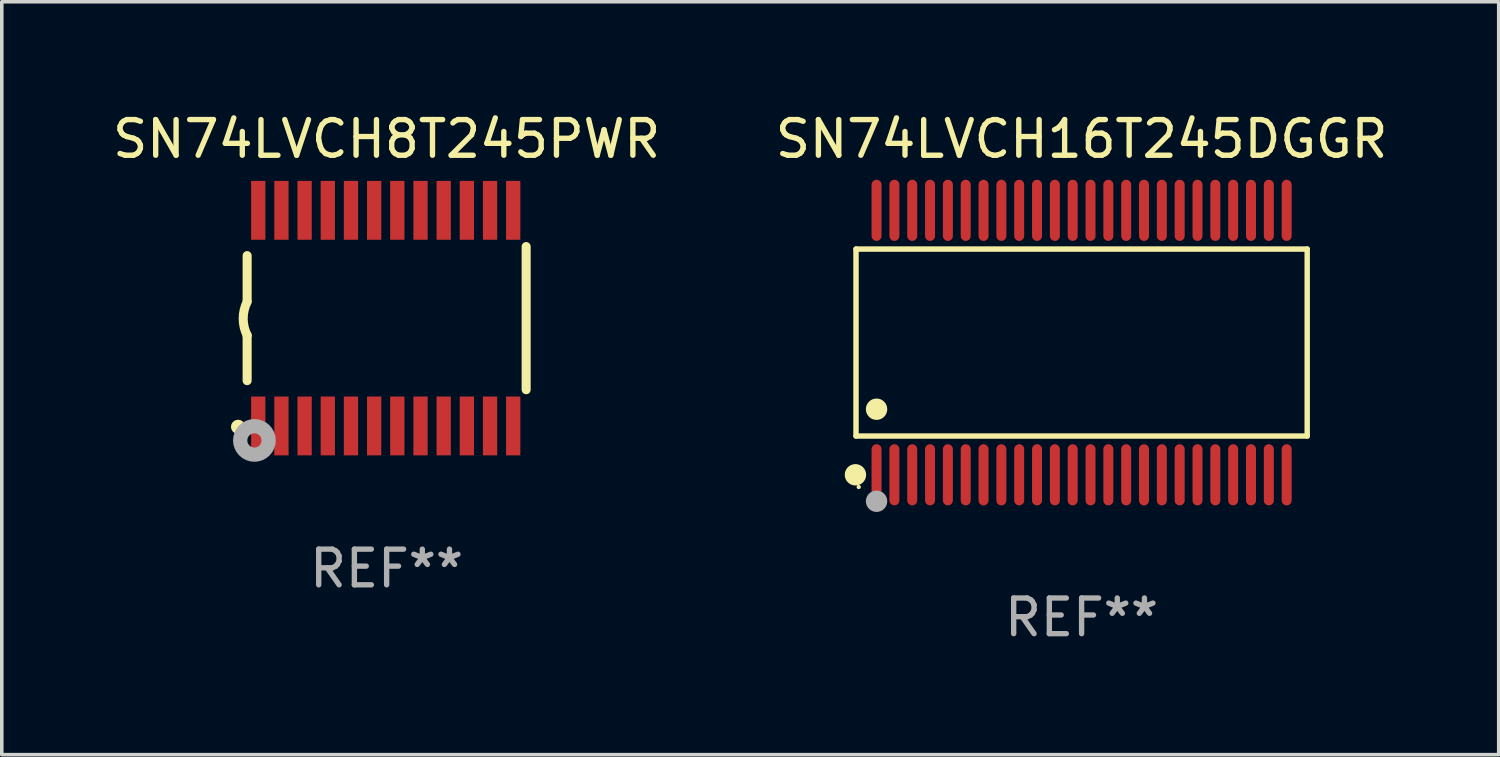
<source format=kicad_pcb>
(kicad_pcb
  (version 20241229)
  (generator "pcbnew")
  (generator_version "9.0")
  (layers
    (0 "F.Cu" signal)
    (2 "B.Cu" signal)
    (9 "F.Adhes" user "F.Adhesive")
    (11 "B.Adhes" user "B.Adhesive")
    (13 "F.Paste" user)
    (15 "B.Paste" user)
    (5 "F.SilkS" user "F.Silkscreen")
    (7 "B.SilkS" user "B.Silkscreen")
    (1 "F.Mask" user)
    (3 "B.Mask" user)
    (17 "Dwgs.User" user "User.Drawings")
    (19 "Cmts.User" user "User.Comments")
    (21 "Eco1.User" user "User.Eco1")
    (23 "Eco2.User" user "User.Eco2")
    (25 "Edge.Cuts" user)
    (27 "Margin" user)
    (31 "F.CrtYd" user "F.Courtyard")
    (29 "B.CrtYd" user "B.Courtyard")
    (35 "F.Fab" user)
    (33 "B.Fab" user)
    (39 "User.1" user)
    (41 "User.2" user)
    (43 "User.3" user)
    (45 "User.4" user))
  (footprint "SN74LVCH16T245DGGR"
    (layer "F.Cu")
    (at 27.28 6.556)
    (property "Reference" "SN74LVCH16T245DGGR" (at 0 -5.708 0) (layer "F.SilkS") (effects (font (size 1 1) (thickness 0.15))))
    (attr through_hole)
    (fp_line (start -6.326 -2.622) (end 6.326 -2.622) (stroke (width 0.152) (type solid)) (layer "F.SilkS"))
    (fp_line (start -6.326 2.621) (end -6.326 -2.622) (stroke (width 0.152) (type solid)) (layer "F.SilkS"))
    (fp_line (start 6.326 -2.622) (end 6.326 2.621) (stroke (width 0.152) (type solid)) (layer "F.SilkS"))
    (fp_line (start 6.326 2.621) (end -6.326 2.621) (stroke (width 0.152) (type solid)) (layer "F.SilkS"))
    (fp_circle (center -6.342 3.708) (end -6.192 3.708) (stroke (width 0.3) (type solid)) (fill no) (layer "F.SilkS"))
    (fp_circle (center -6.25 4.05) (end -6.22 4.05) (stroke (width 0.06) (type solid)) (fill no) (layer "F.SilkS"))
    (fp_circle (center -5.75 1.869) (end -5.6 1.869) (stroke (width 0.3) (type solid)) (fill no) (layer "F.SilkS"))
    (fp_circle (center -5.75 4.45) (end -5.6 4.45) (stroke (width 0.3) (type solid)) (fill no) (layer "F.Fab"))
    (fp_text user "REF**" (at 0 7.708 0) (layer "F.Fab") (effects (font (size 1 1) (thickness 0.15))))
    (pad "1" smd oval (at -5.75 3.708) (size 0.28 1.715) (layers "F.Cu" "F.Mask" "F.Paste"))
    (pad "2" smd oval (at -5.25 3.708) (size 0.28 1.715) (layers "F.Cu" "F.Mask" "F.Paste"))
    (pad "3" smd oval (at -4.75 3.708) (size 0.28 1.715) (layers "F.Cu" "F.Mask" "F.Paste"))
    (pad "4" smd oval (at -4.25 3.708) (size 0.28 1.715) (layers "F.Cu" "F.Mask" "F.Paste"))
    (pad "5" smd oval (at -3.75 3.708) (size 0.28 1.715) (layers "F.Cu" "F.Mask" "F.Paste"))
    (pad "6" smd oval (at -3.25 3.708) (size 0.28 1.715) (layers "F.Cu" "F.Mask" "F.Paste"))
    (pad "7" smd oval (at -2.75 3.708) (size 0.28 1.715) (layers "F.Cu" "F.Mask" "F.Paste"))
    (pad "8" smd oval (at -2.25 3.708) (size 0.28 1.715) (layers "F.Cu" "F.Mask" "F.Paste"))
    (pad "9" smd oval (at -1.75 3.708) (size 0.28 1.715) (layers "F.Cu" "F.Mask" "F.Paste"))
    (pad "10" smd oval (at -1.25 3.708) (size 0.28 1.715) (layers "F.Cu" "F.Mask" "F.Paste"))
    (pad "11" smd oval (at -0.75 3.708) (size 0.28 1.715) (layers "F.Cu" "F.Mask" "F.Paste"))
    (pad "12" smd oval (at -0.25 3.708) (size 0.28 1.715) (layers "F.Cu" "F.Mask" "F.Paste"))
    (pad "13" smd oval (at 0.25 3.708) (size 0.28 1.715) (layers "F.Cu" "F.Mask" "F.Paste"))
    (pad "14" smd oval (at 0.75 3.708) (size 0.28 1.715) (layers "F.Cu" "F.Mask" "F.Paste"))
    (pad "15" smd oval (at 1.25 3.708) (size 0.28 1.715) (layers "F.Cu" "F.Mask" "F.Paste"))
    (pad "16" smd oval (at 1.75 3.708) (size 0.28 1.715) (layers "F.Cu" "F.Mask" "F.Paste"))
    (pad "17" smd oval (at 2.25 3.708) (size 0.28 1.715) (layers "F.Cu" "F.Mask" "F.Paste"))
    (pad "18" smd oval (at 2.75 3.708) (size 0.28 1.715) (layers "F.Cu" "F.Mask" "F.Paste"))
    (pad "19" smd oval (at 3.25 3.708) (size 0.28 1.715) (layers "F.Cu" "F.Mask" "F.Paste"))
    (pad "20" smd oval (at 3.75 3.708) (size 0.28 1.715) (layers "F.Cu" "F.Mask" "F.Paste"))
    (pad "21" smd oval (at 4.25 3.708) (size 0.28 1.715) (layers "F.Cu" "F.Mask" "F.Paste"))
    (pad "22" smd oval (at 4.75 3.708) (size 0.28 1.715) (layers "F.Cu" "F.Mask" "F.Paste"))
    (pad "23" smd oval (at 5.25 3.708) (size 0.28 1.715) (layers "F.Cu" "F.Mask" "F.Paste"))
    (pad "24" smd oval (at 5.75 3.708) (size 0.28 1.715) (layers "F.Cu" "F.Mask" "F.Paste"))
    (pad "25" smd oval (at 5.75 -3.708) (size 0.28 1.715) (layers "F.Cu" "F.Mask" "F.Paste"))
    (pad "26" smd oval (at 5.25 -3.708) (size 0.28 1.715) (layers "F.Cu" "F.Mask" "F.Paste"))
    (pad "27" smd oval (at 4.75 -3.708) (size 0.28 1.715) (layers "F.Cu" "F.Mask" "F.Paste"))
    (pad "28" smd oval (at 4.25 -3.708) (size 0.28 1.715) (layers "F.Cu" "F.Mask" "F.Paste"))
    (pad "29" smd oval (at 3.75 -3.708) (size 0.28 1.715) (layers "F.Cu" "F.Mask" "F.Paste"))
    (pad "30" smd oval (at 3.25 -3.708) (size 0.28 1.715) (layers "F.Cu" "F.Mask" "F.Paste"))
    (pad "31" smd oval (at 2.75 -3.708) (size 0.28 1.715) (layers "F.Cu" "F.Mask" "F.Paste"))
    (pad "32" smd oval (at 2.25 -3.708) (size 0.28 1.715) (layers "F.Cu" "F.Mask" "F.Paste"))
    (pad "33" smd oval (at 1.75 -3.708) (size 0.28 1.715) (layers "F.Cu" "F.Mask" "F.Paste"))
    (pad "34" smd oval (at 1.25 -3.708) (size 0.28 1.715) (layers "F.Cu" "F.Mask" "F.Paste"))
    (pad "35" smd oval (at 0.75 -3.708) (size 0.28 1.715) (layers "F.Cu" "F.Mask" "F.Paste"))
    (pad "36" smd oval (at 0.25 -3.708) (size 0.28 1.715) (layers "F.Cu" "F.Mask" "F.Paste"))
    (pad "37" smd oval (at -0.25 -3.708) (size 0.28 1.715) (layers "F.Cu" "F.Mask" "F.Paste"))
    (pad "38" smd oval (at -0.75 -3.708) (size 0.28 1.715) (layers "F.Cu" "F.Mask" "F.Paste"))
    (pad "39" smd oval (at -1.25 -3.708) (size 0.28 1.715) (layers "F.Cu" "F.Mask" "F.Paste"))
    (pad "40" smd oval (at -1.75 -3.708) (size 0.28 1.715) (layers "F.Cu" "F.Mask" "F.Paste"))
    (pad "41" smd oval (at -2.25 -3.708) (size 0.28 1.715) (layers "F.Cu" "F.Mask" "F.Paste"))
    (pad "42" smd oval (at -2.75 -3.708) (size 0.28 1.715) (layers "F.Cu" "F.Mask" "F.Paste"))
    (pad "43" smd oval (at -3.25 -3.708) (size 0.28 1.715) (layers "F.Cu" "F.Mask" "F.Paste"))
    (pad "44" smd oval (at -3.75 -3.708) (size 0.28 1.715) (layers "F.Cu" "F.Mask" "F.Paste"))
    (pad "45" smd oval (at -4.25 -3.708) (size 0.28 1.715) (layers "F.Cu" "F.Mask" "F.Paste"))
    (pad "46" smd oval (at -4.75 -3.708) (size 0.28 1.715) (layers "F.Cu" "F.Mask" "F.Paste"))
    (pad "47" smd oval (at -5.25 -3.708) (size 0.28 1.715) (layers "F.Cu" "F.Mask" "F.Paste"))
    (pad "48" smd oval (at -5.75 -3.708) (size 0.28 1.715) (layers "F.Cu" "F.Mask" "F.Paste")))
  (footprint "SN74LVCH8T245PWR"
    (layer "F.Cu")
    (at 7.792 5.871)
    (property "Reference" "SN74LVCH8T245PWR" (at 0 -5.023 0) (layer "F.SilkS") (effects (font (size 1 1) (thickness 0.15))))
    (attr through_hole)
    (fp_line (start -3.912 -0.483) (end -3.912 -1.753) (stroke (width 0.254) (type solid)) (layer "F.SilkS"))
    (fp_line (start -3.912 1.753) (end -3.912 0.483) (stroke (width 0.254) (type solid)) (layer "F.SilkS"))
    (fp_line (start 3.912 -2.007) (end 3.912 2.007) (stroke (width 0.254) (type solid)) (layer "F.SilkS"))
    (fp_arc (start -3.911608 0.482601) (mid -4.022537 0.0127) (end -3.911608 -0.457201) (stroke (width 0.254001) (type solid)) (layer "F.SilkS"))
    (fp_circle (center -4.166 3.048) (end -4.066 3.048) (stroke (width 0.2) (type solid)) (fill no) (layer "F.SilkS"))
    (fp_circle (center -3.925 3.186) (end -3.895 3.186) (stroke (width 0.06) (type solid)) (fill no) (layer "F.SilkS"))
    (fp_circle (center -3.708 3.429) (end -3.509 3.429) (stroke (width 0.4) (type solid)) (fill no) (layer "F.Fab"))
    (fp_text user "REF**" (at 0 7.023 0) (layer "F.Fab") (effects (font (size 1 1) (thickness 0.15))))
    (pad "1" smd rect (at -3.6 3.023) (size 0.4 1.65) (layers "F.Cu" "F.Mask" "F.Paste"))
    (pad "2" smd rect (at -2.95 3.023) (size 0.4 1.65) (layers "F.Cu" "F.Mask" "F.Paste"))
    (pad "3" smd rect (at -2.3 3.023) (size 0.4 1.65) (layers "F.Cu" "F.Mask" "F.Paste"))
    (pad "4" smd rect (at -1.65 3.023) (size 0.4 1.65) (layers "F.Cu" "F.Mask" "F.Paste"))
    (pad "5" smd rect (at -1 3.023) (size 0.4 1.65) (layers "F.Cu" "F.Mask" "F.Paste"))
    (pad "6" smd rect (at -0.35 3.023) (size 0.4 1.65) (layers "F.Cu" "F.Mask" "F.Paste"))
    (pad "7" smd rect (at 0.299 3.023) (size 0.4 1.65) (layers "F.Cu" "F.Mask" "F.Paste"))
    (pad "8" smd rect (at 0.95 3.023) (size 0.4 1.65) (layers "F.Cu" "F.Mask" "F.Paste"))
    (pad "9" smd rect (at 1.6 3.023) (size 0.4 1.65) (layers "F.Cu" "F.Mask" "F.Paste"))
    (pad "10" smd rect (at 2.25 3.023) (size 0.4 1.65) (layers "F.Cu" "F.Mask" "F.Paste"))
    (pad "11" smd rect (at 2.9 3.023) (size 0.4 1.65) (layers "F.Cu" "F.Mask" "F.Paste"))
    (pad "12" smd rect (at 3.549 3.023) (size 0.4 1.65) (layers "F.Cu" "F.Mask" "F.Paste"))
    (pad "13" smd rect (at 3.549 -3.023) (size 0.4 1.65) (layers "F.Cu" "F.Mask" "F.Paste"))
    (pad "14" smd rect (at 2.9 -3.023) (size 0.4 1.65) (layers "F.Cu" "F.Mask" "F.Paste"))
    (pad "15" smd rect (at 2.25 -3.023) (size 0.4 1.65) (layers "F.Cu" "F.Mask" "F.Paste"))
    (pad "16" smd rect (at 1.6 -3.023) (size 0.4 1.65) (layers "F.Cu" "F.Mask" "F.Paste"))
    (pad "17" smd rect (at 0.95 -3.023) (size 0.4 1.65) (layers "F.Cu" "F.Mask" "F.Paste"))
    (pad "18" smd rect (at 0.299 -3.023) (size 0.4 1.65) (layers "F.Cu" "F.Mask" "F.Paste"))
    (pad "19" smd rect (at -0.35 -3.023) (size 0.4 1.65) (layers "F.Cu" "F.Mask" "F.Paste"))
    (pad "20" smd rect (at -1 -3.023) (size 0.4 1.65) (layers "F.Cu" "F.Mask" "F.Paste"))
    (pad "21" smd rect (at -1.65 -3.023) (size 0.4 1.65) (layers "F.Cu" "F.Mask" "F.Paste"))
    (pad "22" smd rect (at -2.3 -3.023) (size 0.4 1.65) (layers "F.Cu" "F.Mask" "F.Paste"))
    (pad "23" smd rect (at -2.95 -3.023) (size 0.4 1.65) (layers "F.Cu" "F.Mask" "F.Paste"))
    (pad "24" smd rect (at -3.6 -3.023) (size 0.4 1.65) (layers "F.Cu" "F.Mask" "F.Paste")))
  (gr_rect
    (start -3 -3)
    (end 38.976 18.112)
    (stroke (width 0.1) (type default))
    (fill no)
    (layer "Edge.Cuts")))
</source>
